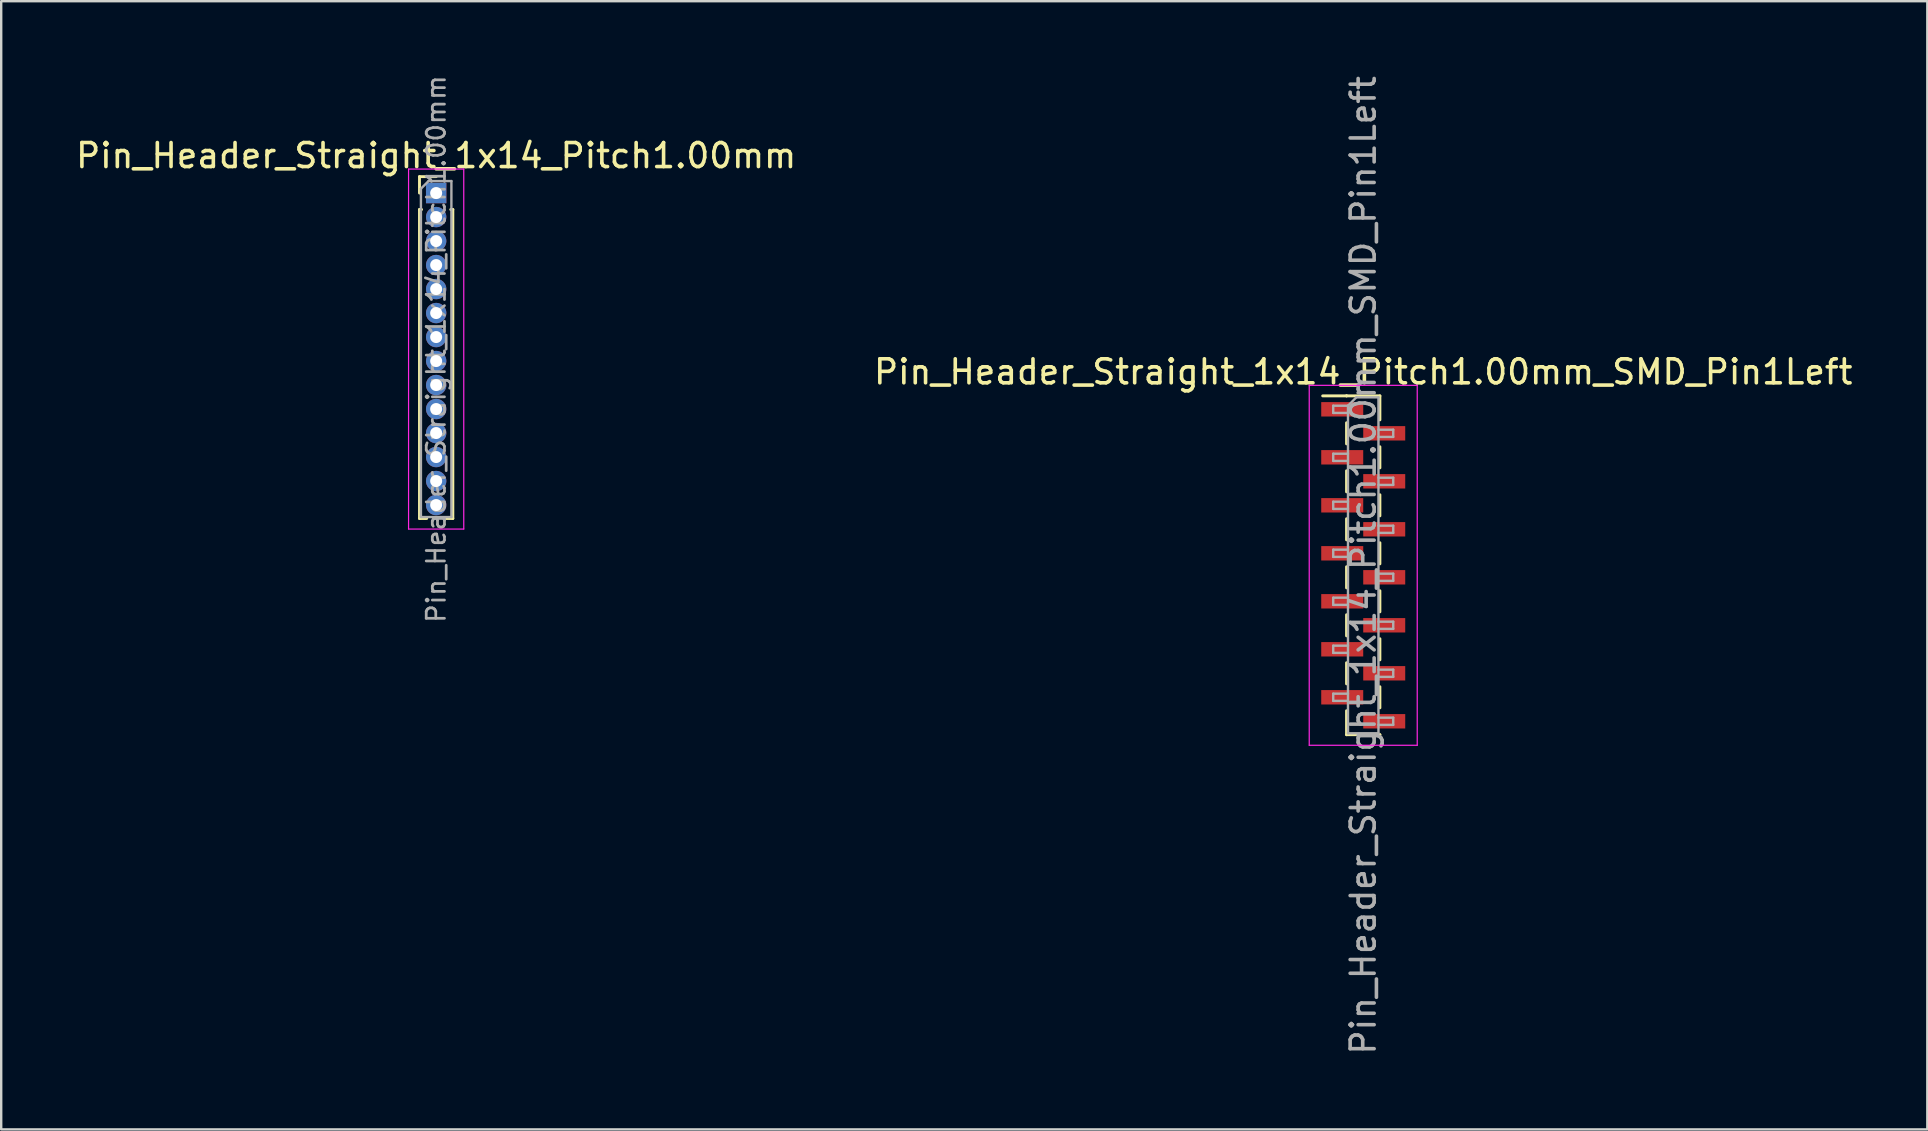
<source format=kicad_pcb>
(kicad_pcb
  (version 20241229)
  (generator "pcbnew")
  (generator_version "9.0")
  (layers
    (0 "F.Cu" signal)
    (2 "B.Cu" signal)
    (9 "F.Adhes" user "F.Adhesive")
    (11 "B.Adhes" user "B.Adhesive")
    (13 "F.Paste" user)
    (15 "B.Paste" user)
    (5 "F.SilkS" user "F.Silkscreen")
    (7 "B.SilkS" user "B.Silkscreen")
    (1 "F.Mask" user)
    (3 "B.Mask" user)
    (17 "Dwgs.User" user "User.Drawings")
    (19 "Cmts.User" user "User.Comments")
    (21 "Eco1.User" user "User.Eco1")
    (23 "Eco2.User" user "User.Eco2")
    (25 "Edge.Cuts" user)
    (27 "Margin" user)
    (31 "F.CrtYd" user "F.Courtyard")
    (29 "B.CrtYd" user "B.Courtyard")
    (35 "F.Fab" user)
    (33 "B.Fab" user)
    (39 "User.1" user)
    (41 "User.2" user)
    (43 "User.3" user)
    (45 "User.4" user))
  (footprint "Pin_Header_Straight_1x14_Pitch1.00mm_SMD_Pin1Left"
    (layer "F.Cu")
    (at 53.756 20.506)
    (property "Reference" "Pin_Header_Straight_1x14_Pitch1.00mm_SMD_Pin1Left" (at 0 -8.06 0) (layer "F.SilkS") (effects (font (size 1 1) (thickness 0.15))))
    (attr smd)
    (fp_line (start -0.695 -7.06) (end -1.69 -7.06) (stroke (width 0.12) (type solid)) (layer "F.SilkS"))
    (fp_line (start -0.695 -7.06) (end -0.695 -7.06) (stroke (width 0.12) (type solid)) (layer "F.SilkS"))
    (fp_line (start -0.695 -7.06) (end 0.695 -7.06) (stroke (width 0.12) (type solid)) (layer "F.SilkS"))
    (fp_line (start -0.695 -5.94) (end -0.695 -5.06) (stroke (width 0.12) (type solid)) (layer "F.SilkS"))
    (fp_line (start -0.695 -3.94) (end -0.695 -3.06) (stroke (width 0.12) (type solid)) (layer "F.SilkS"))
    (fp_line (start -0.695 -1.94) (end -0.695 -1.06) (stroke (width 0.12) (type solid)) (layer "F.SilkS"))
    (fp_line (start -0.695 0.06) (end -0.695 0.94) (stroke (width 0.12) (type solid)) (layer "F.SilkS"))
    (fp_line (start -0.695 2.06) (end -0.695 2.94) (stroke (width 0.12) (type solid)) (layer "F.SilkS"))
    (fp_line (start -0.695 4.06) (end -0.695 4.94) (stroke (width 0.12) (type solid)) (layer "F.SilkS"))
    (fp_line (start -0.695 6.06) (end -0.695 7.06) (stroke (width 0.12) (type solid)) (layer "F.SilkS"))
    (fp_line (start -0.695 7.06) (end 0.695 7.06) (stroke (width 0.12) (type solid)) (layer "F.SilkS"))
    (fp_line (start 0.695 -7.06) (end 0.695 -6.06) (stroke (width 0.12) (type solid)) (layer "F.SilkS"))
    (fp_line (start 0.695 -4.94) (end 0.695 -4.06) (stroke (width 0.12) (type solid)) (layer "F.SilkS"))
    (fp_line (start 0.695 -2.94) (end 0.695 -2.06) (stroke (width 0.12) (type solid)) (layer "F.SilkS"))
    (fp_line (start 0.695 -0.94) (end 0.695 -0.06) (stroke (width 0.12) (type solid)) (layer "F.SilkS"))
    (fp_line (start 0.695 1.06) (end 0.695 1.94) (stroke (width 0.12) (type solid)) (layer "F.SilkS"))
    (fp_line (start 0.695 3.06) (end 0.695 3.94) (stroke (width 0.12) (type solid)) (layer "F.SilkS"))
    (fp_line (start 0.695 5.06) (end 0.695 5.94) (stroke (width 0.12) (type solid)) (layer "F.SilkS"))
    (fp_line (start 0.695 7.06) (end 0.695 7.06) (stroke (width 0.12) (type solid)) (layer "F.SilkS"))
    (fp_line (start -2.25 -7.5) (end -2.25 7.5) (stroke (width 0.05) (type solid)) (layer "F.CrtYd"))
    (fp_line (start -2.25 7.5) (end 2.25 7.5) (stroke (width 0.05) (type solid)) (layer "F.CrtYd"))
    (fp_line (start 2.25 -7.5) (end -2.25 -7.5) (stroke (width 0.05) (type solid)) (layer "F.CrtYd"))
    (fp_line (start 2.25 7.5) (end 2.25 -7.5) (stroke (width 0.05) (type solid)) (layer "F.CrtYd"))
    (fp_line (start -1.25 -6.65) (end -1.25 -6.35) (stroke (width 0.1) (type solid)) (layer "F.Fab"))
    (fp_line (start -1.25 -6.35) (end -0.635 -6.35) (stroke (width 0.1) (type solid)) (layer "F.Fab"))
    (fp_line (start -1.25 -4.65) (end -1.25 -4.35) (stroke (width 0.1) (type solid)) (layer "F.Fab"))
    (fp_line (start -1.25 -4.35) (end -0.635 -4.35) (stroke (width 0.1) (type solid)) (layer "F.Fab"))
    (fp_line (start -1.25 -2.65) (end -1.25 -2.35) (stroke (width 0.1) (type solid)) (layer "F.Fab"))
    (fp_line (start -1.25 -2.35) (end -0.635 -2.35) (stroke (width 0.1) (type solid)) (layer "F.Fab"))
    (fp_line (start -1.25 -0.65) (end -1.25 -0.35) (stroke (width 0.1) (type solid)) (layer "F.Fab"))
    (fp_line (start -1.25 -0.35) (end -0.635 -0.35) (stroke (width 0.1) (type solid)) (layer "F.Fab"))
    (fp_line (start -1.25 1.35) (end -1.25 1.65) (stroke (width 0.1) (type solid)) (layer "F.Fab"))
    (fp_line (start -1.25 1.65) (end -0.635 1.65) (stroke (width 0.1) (type solid)) (layer "F.Fab"))
    (fp_line (start -1.25 3.35) (end -1.25 3.65) (stroke (width 0.1) (type solid)) (layer "F.Fab"))
    (fp_line (start -1.25 3.65) (end -0.635 3.65) (stroke (width 0.1) (type solid)) (layer "F.Fab"))
    (fp_line (start -1.25 5.35) (end -1.25 5.65) (stroke (width 0.1) (type solid)) (layer "F.Fab"))
    (fp_line (start -1.25 5.65) (end -0.635 5.65) (stroke (width 0.1) (type solid)) (layer "F.Fab"))
    (fp_line (start -0.635 -6.65) (end -1.25 -6.65) (stroke (width 0.1) (type solid)) (layer "F.Fab"))
    (fp_line (start -0.635 -6.65) (end -0.285 -7) (stroke (width 0.1) (type solid)) (layer "F.Fab"))
    (fp_line (start -0.635 -4.65) (end -1.25 -4.65) (stroke (width 0.1) (type solid)) (layer "F.Fab"))
    (fp_line (start -0.635 -2.65) (end -1.25 -2.65) (stroke (width 0.1) (type solid)) (layer "F.Fab"))
    (fp_line (start -0.635 -0.65) (end -1.25 -0.65) (stroke (width 0.1) (type solid)) (layer "F.Fab"))
    (fp_line (start -0.635 1.35) (end -1.25 1.35) (stroke (width 0.1) (type solid)) (layer "F.Fab"))
    (fp_line (start -0.635 3.35) (end -1.25 3.35) (stroke (width 0.1) (type solid)) (layer "F.Fab"))
    (fp_line (start -0.635 5.35) (end -1.25 5.35) (stroke (width 0.1) (type solid)) (layer "F.Fab"))
    (fp_line (start -0.635 7) (end -0.635 -6.65) (stroke (width 0.1) (type solid)) (layer "F.Fab"))
    (fp_line (start -0.285 -7) (end 0.635 -7) (stroke (width 0.1) (type solid)) (layer "F.Fab"))
    (fp_line (start 0.635 -7) (end 0.635 7) (stroke (width 0.1) (type solid)) (layer "F.Fab"))
    (fp_line (start 0.635 -5.65) (end 1.25 -5.65) (stroke (width 0.1) (type solid)) (layer "F.Fab"))
    (fp_line (start 0.635 -3.65) (end 1.25 -3.65) (stroke (width 0.1) (type solid)) (layer "F.Fab"))
    (fp_line (start 0.635 -1.65) (end 1.25 -1.65) (stroke (width 0.1) (type solid)) (layer "F.Fab"))
    (fp_line (start 0.635 0.35) (end 1.25 0.35) (stroke (width 0.1) (type solid)) (layer "F.Fab"))
    (fp_line (start 0.635 2.35) (end 1.25 2.35) (stroke (width 0.1) (type solid)) (layer "F.Fab"))
    (fp_line (start 0.635 4.35) (end 1.25 4.35) (stroke (width 0.1) (type solid)) (layer "F.Fab"))
    (fp_line (start 0.635 6.35) (end 1.25 6.35) (stroke (width 0.1) (type solid)) (layer "F.Fab"))
    (fp_line (start 0.635 7) (end -0.635 7) (stroke (width 0.1) (type solid)) (layer "F.Fab"))
    (fp_line (start 1.25 -5.65) (end 1.25 -5.35) (stroke (width 0.1) (type solid)) (layer "F.Fab"))
    (fp_line (start 1.25 -5.35) (end 0.635 -5.35) (stroke (width 0.1) (type solid)) (layer "F.Fab"))
    (fp_line (start 1.25 -3.65) (end 1.25 -3.35) (stroke (width 0.1) (type solid)) (layer "F.Fab"))
    (fp_line (start 1.25 -3.35) (end 0.635 -3.35) (stroke (width 0.1) (type solid)) (layer "F.Fab"))
    (fp_line (start 1.25 -1.65) (end 1.25 -1.35) (stroke (width 0.1) (type solid)) (layer "F.Fab"))
    (fp_line (start 1.25 -1.35) (end 0.635 -1.35) (stroke (width 0.1) (type solid)) (layer "F.Fab"))
    (fp_line (start 1.25 0.35) (end 1.25 0.65) (stroke (width 0.1) (type solid)) (layer "F.Fab"))
    (fp_line (start 1.25 0.65) (end 0.635 0.65) (stroke (width 0.1) (type solid)) (layer "F.Fab"))
    (fp_line (start 1.25 2.35) (end 1.25 2.65) (stroke (width 0.1) (type solid)) (layer "F.Fab"))
    (fp_line (start 1.25 2.65) (end 0.635 2.65) (stroke (width 0.1) (type solid)) (layer "F.Fab"))
    (fp_line (start 1.25 4.35) (end 1.25 4.65) (stroke (width 0.1) (type solid)) (layer "F.Fab"))
    (fp_line (start 1.25 4.65) (end 0.635 4.65) (stroke (width 0.1) (type solid)) (layer "F.Fab"))
    (fp_line (start 1.25 6.35) (end 1.25 6.65) (stroke (width 0.1) (type solid)) (layer "F.Fab"))
    (fp_line (start 1.25 6.65) (end 0.635 6.65) (stroke (width 0.1) (type solid)) (layer "F.Fab"))
    (fp_text user "${REFERENCE}" (at 0 0 90) (layer "F.Fab") (effects (font (size 1 1) (thickness 0.15))))
    (pad "1" smd rect (at -0.875 -6.5) (size 1.75 0.6) (layers "F.Cu" "F.Mask" "F.Paste"))
    (pad "2" smd rect (at 0.875 -5.5) (size 1.75 0.6) (layers "F.Cu" "F.Mask" "F.Paste"))
    (pad "3" smd rect (at -0.875 -4.5) (size 1.75 0.6) (layers "F.Cu" "F.Mask" "F.Paste"))
    (pad "4" smd rect (at 0.875 -3.5) (size 1.75 0.6) (layers "F.Cu" "F.Mask" "F.Paste"))
    (pad "5" smd rect (at -0.875 -2.5) (size 1.75 0.6) (layers "F.Cu" "F.Mask" "F.Paste"))
    (pad "6" smd rect (at 0.875 -1.5) (size 1.75 0.6) (layers "F.Cu" "F.Mask" "F.Paste"))
    (pad "7" smd rect (at -0.875 -0.5) (size 1.75 0.6) (layers "F.Cu" "F.Mask" "F.Paste"))
    (pad "8" smd rect (at 0.875 0.5) (size 1.75 0.6) (layers "F.Cu" "F.Mask" "F.Paste"))
    (pad "9" smd rect (at -0.875 1.5) (size 1.75 0.6) (layers "F.Cu" "F.Mask" "F.Paste"))
    (pad "10" smd rect (at 0.875 2.5) (size 1.75 0.6) (layers "F.Cu" "F.Mask" "F.Paste"))
    (pad "11" smd rect (at -0.875 3.5) (size 1.75 0.6) (layers "F.Cu" "F.Mask" "F.Paste"))
    (pad "12" smd rect (at 0.875 4.5) (size 1.75 0.6) (layers "F.Cu" "F.Mask" "F.Paste"))
    (pad "13" smd rect (at -0.875 5.5) (size 1.75 0.6) (layers "F.Cu" "F.Mask" "F.Paste"))
    (pad "14" smd rect (at 0.875 6.5) (size 1.75 0.6) (layers "F.Cu" "F.Mask" "F.Paste")))
  (footprint "Pin_Header_Straight_1x14_Pitch1.00mm"
    (layer "F.Cu")
    (at 15.125 4.995)
    (property "Reference" "Pin_Header_Straight_1x14_Pitch1.00mm" (at 0 -1.56 0) (layer "F.SilkS") (effects (font (size 1 1) (thickness 0.15))))
    (attr through_hole)
    (fp_line (start -0.695 -0.685) (end 0 -0.685) (stroke (width 0.12) (type solid)) (layer "F.SilkS"))
    (fp_line (start -0.695 0) (end -0.695 -0.685) (stroke (width 0.12) (type solid)) (layer "F.SilkS"))
    (fp_line (start -0.695 0.685) (end -0.695 13.56) (stroke (width 0.12) (type solid)) (layer "F.SilkS"))
    (fp_line (start -0.695 0.685) (end -0.608 0.685) (stroke (width 0.12) (type solid)) (layer "F.SilkS"))
    (fp_line (start -0.695 13.56) (end -0.394 13.56) (stroke (width 0.12) (type solid)) (layer "F.SilkS"))
    (fp_line (start 0.394 13.56) (end 0.695 13.56) (stroke (width 0.12) (type solid)) (layer "F.SilkS"))
    (fp_line (start 0.608 0.685) (end 0.695 0.685) (stroke (width 0.12) (type solid)) (layer "F.SilkS"))
    (fp_line (start 0.695 0.685) (end 0.695 13.56) (stroke (width 0.12) (type solid)) (layer "F.SilkS"))
    (fp_line (start -1.15 -1) (end -1.15 14) (stroke (width 0.05) (type solid)) (layer "F.CrtYd"))
    (fp_line (start -1.15 14) (end 1.15 14) (stroke (width 0.05) (type solid)) (layer "F.CrtYd"))
    (fp_line (start 1.15 -1) (end -1.15 -1) (stroke (width 0.05) (type solid)) (layer "F.CrtYd"))
    (fp_line (start 1.15 14) (end 1.15 -1) (stroke (width 0.05) (type solid)) (layer "F.CrtYd"))
    (fp_line (start -0.635 -0.182) (end -0.318 -0.5) (stroke (width 0.1) (type solid)) (layer "F.Fab"))
    (fp_line (start -0.635 13.5) (end -0.635 -0.182) (stroke (width 0.1) (type solid)) (layer "F.Fab"))
    (fp_line (start -0.318 -0.5) (end 0.635 -0.5) (stroke (width 0.1) (type solid)) (layer "F.Fab"))
    (fp_line (start 0.635 -0.5) (end 0.635 13.5) (stroke (width 0.1) (type solid)) (layer "F.Fab"))
    (fp_line (start 0.635 13.5) (end -0.635 13.5) (stroke (width 0.1) (type solid)) (layer "F.Fab"))
    (fp_text user "${REFERENCE}" (at 0 6.5 90) (layer "F.Fab") (effects (font (size 0.76 0.76) (thickness 0.114))))
    (pad "1" thru_hole rect (at 0 0) (size 0.85 0.85) (drill 0.5) (layers "*.Cu" "*.Mask"))
    (pad "2" thru_hole oval (at 0 1) (size 0.85 0.85) (drill 0.5) (layers "*.Cu" "*.Mask"))
    (pad "3" thru_hole oval (at 0 2) (size 0.85 0.85) (drill 0.5) (layers "*.Cu" "*.Mask"))
    (pad "4" thru_hole oval (at 0 3) (size 0.85 0.85) (drill 0.5) (layers "*.Cu" "*.Mask"))
    (pad "5" thru_hole oval (at 0 4) (size 0.85 0.85) (drill 0.5) (layers "*.Cu" "*.Mask"))
    (pad "6" thru_hole oval (at 0 5) (size 0.85 0.85) (drill 0.5) (layers "*.Cu" "*.Mask"))
    (pad "7" thru_hole oval (at 0 6) (size 0.85 0.85) (drill 0.5) (layers "*.Cu" "*.Mask"))
    (pad "8" thru_hole oval (at 0 7) (size 0.85 0.85) (drill 0.5) (layers "*.Cu" "*.Mask"))
    (pad "9" thru_hole oval (at 0 8) (size 0.85 0.85) (drill 0.5) (layers "*.Cu" "*.Mask"))
    (pad "10" thru_hole oval (at 0 9) (size 0.85 0.85) (drill 0.5) (layers "*.Cu" "*.Mask"))
    (pad "11" thru_hole oval (at 0 10) (size 0.85 0.85) (drill 0.5) (layers "*.Cu" "*.Mask"))
    (pad "12" thru_hole oval (at 0 11) (size 0.85 0.85) (drill 0.5) (layers "*.Cu" "*.Mask"))
    (pad "13" thru_hole oval (at 0 12) (size 0.85 0.85) (drill 0.5) (layers "*.Cu" "*.Mask"))
    (pad "14" thru_hole oval (at 0 13) (size 0.85 0.85) (drill 0.5) (layers "*.Cu" "*.Mask")))
  (gr_rect
    (start -3 -3)
    (end 77.262 44.012)
    (stroke (width 0.1) (type default))
    (fill no)
    (layer "Edge.Cuts")))
</source>
